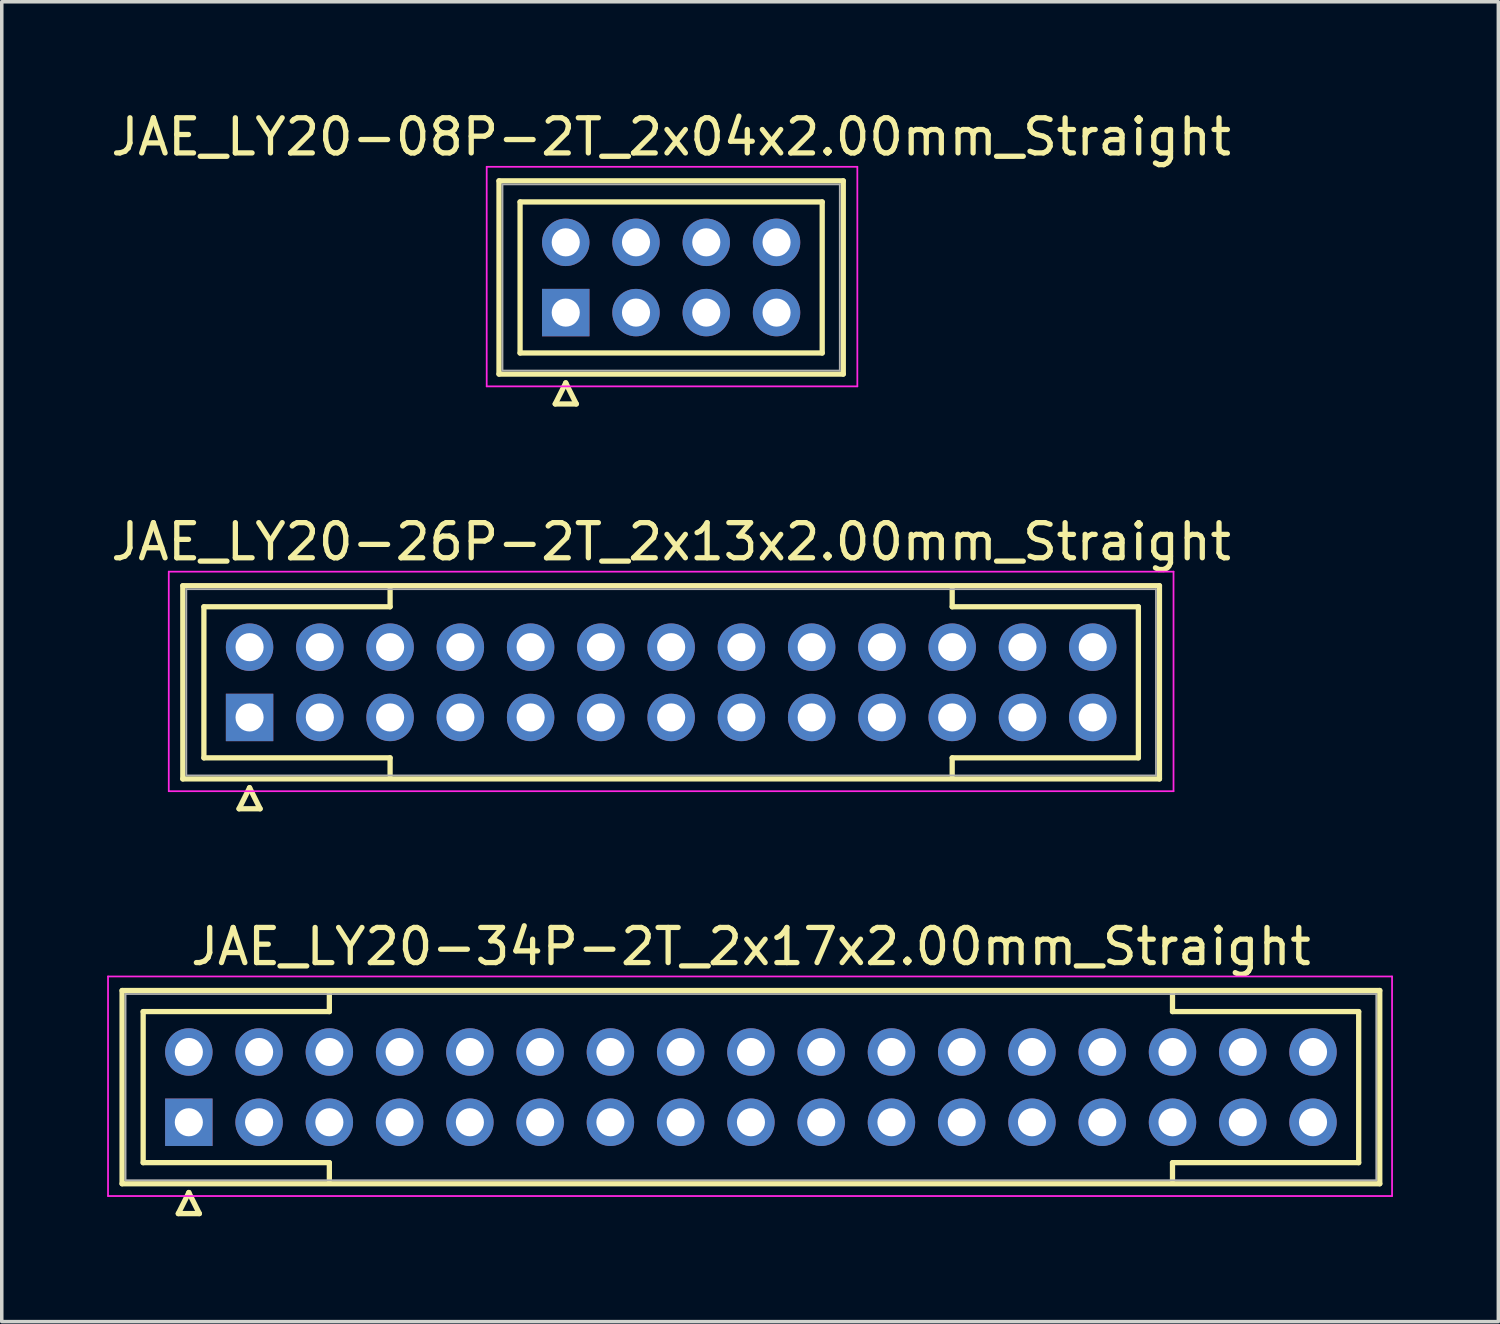
<source format=kicad_pcb>
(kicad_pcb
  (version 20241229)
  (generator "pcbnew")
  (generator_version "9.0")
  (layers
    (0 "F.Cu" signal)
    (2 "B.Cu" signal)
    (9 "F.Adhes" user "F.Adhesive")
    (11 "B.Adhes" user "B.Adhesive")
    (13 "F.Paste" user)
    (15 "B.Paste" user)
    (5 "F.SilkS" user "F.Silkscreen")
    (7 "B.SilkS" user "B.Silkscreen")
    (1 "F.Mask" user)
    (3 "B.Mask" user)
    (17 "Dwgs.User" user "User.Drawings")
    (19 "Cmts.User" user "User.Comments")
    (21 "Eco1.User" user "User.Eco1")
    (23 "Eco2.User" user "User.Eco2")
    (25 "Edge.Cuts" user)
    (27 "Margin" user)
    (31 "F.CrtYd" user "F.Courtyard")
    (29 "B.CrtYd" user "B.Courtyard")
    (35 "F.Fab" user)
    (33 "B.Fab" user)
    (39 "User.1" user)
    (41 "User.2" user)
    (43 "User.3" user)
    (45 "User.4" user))
  (footprint "JAE_LY20-08P-2T_2x04x2.00mm_Straight"
    (layer "F.Cu")
    (at 13.054 5.848)
    (property "Reference" "JAE_LY20-08P-2T_2x04x2.00mm_Straight" (at 3 -5 0) (layer "F.SilkS") (effects (font (size 1 1) (thickness 0.15))))
    (attr through_hole)
    (fp_line (start -1.9 -3.75) (end -1.9 1.75) (stroke (width 0.15) (type solid)) (layer "F.SilkS"))
    (fp_line (start -1.9 1.75) (end 7.9 1.75) (stroke (width 0.15) (type solid)) (layer "F.SilkS"))
    (fp_line (start -1.3 -3.15) (end -1.3 1.15) (stroke (width 0.15) (type solid)) (layer "F.SilkS"))
    (fp_line (start -1.3 1.15) (end 7.3 1.15) (stroke (width 0.15) (type solid)) (layer "F.SilkS"))
    (fp_line (start -0.3 2.6) (end 0.3 2.6) (stroke (width 0.15) (type solid)) (layer "F.SilkS"))
    (fp_line (start 0 2) (end -0.3 2.6) (stroke (width 0.15) (type solid)) (layer "F.SilkS"))
    (fp_line (start 0.3 2.6) (end 0 2) (stroke (width 0.15) (type solid)) (layer "F.SilkS"))
    (fp_line (start 7.3 -3.15) (end -1.3 -3.15) (stroke (width 0.15) (type solid)) (layer "F.SilkS"))
    (fp_line (start 7.3 1.15) (end 7.3 -3.15) (stroke (width 0.15) (type solid)) (layer "F.SilkS"))
    (fp_line (start 7.9 -3.75) (end -1.9 -3.75) (stroke (width 0.15) (type solid)) (layer "F.SilkS"))
    (fp_line (start 7.9 1.75) (end 7.9 -3.75) (stroke (width 0.15) (type solid)) (layer "F.SilkS"))
    (fp_line (start -2.25 -4.15) (end -2.25 2.1) (stroke (width 0.05) (type solid)) (layer "F.CrtYd"))
    (fp_line (start -2.25 2.1) (end 8.3 2.1) (stroke (width 0.05) (type solid)) (layer "F.CrtYd"))
    (fp_line (start 8.3 -4.15) (end -2.25 -4.15) (stroke (width 0.05) (type solid)) (layer "F.CrtYd"))
    (fp_line (start 8.3 2.1) (end 8.3 -4.15) (stroke (width 0.05) (type solid)) (layer "F.CrtYd"))
    (fp_line (start -1.8 -3.65) (end -1.8 1.65) (stroke (width 0.05) (type solid)) (layer "F.Fab"))
    (fp_line (start -1.8 1.65) (end 7.8 1.65) (stroke (width 0.05) (type solid)) (layer "F.Fab"))
    (fp_line (start 7.8 -3.65) (end -1.8 -3.65) (stroke (width 0.05) (type solid)) (layer "F.Fab"))
    (fp_line (start 7.8 1.65) (end 7.8 -3.65) (stroke (width 0.05) (type solid)) (layer "F.Fab"))
    (pad "1" thru_hole rect (at 0 0) (size 1.35 1.35) (drill 0.8) (layers "*.Cu" "*.Mask"))
    (pad "2" thru_hole circle (at 2 0) (size 1.35 1.35) (drill 0.8) (layers "*.Cu" "*.Mask"))
    (pad "3" thru_hole circle (at 4 0) (size 1.35 1.35) (drill 0.8) (layers "*.Cu" "*.Mask"))
    (pad "4" thru_hole circle (at 6 0) (size 1.35 1.35) (drill 0.8) (layers "*.Cu" "*.Mask"))
    (pad "5" thru_hole circle (at 0 -2) (size 1.35 1.35) (drill 0.8) (layers "*.Cu" "*.Mask"))
    (pad "6" thru_hole circle (at 2 -2) (size 1.35 1.35) (drill 0.8) (layers "*.Cu" "*.Mask"))
    (pad "7" thru_hole circle (at 4 -2) (size 1.35 1.35) (drill 0.8) (layers "*.Cu" "*.Mask"))
    (pad "8" thru_hole circle (at 6 -2) (size 1.35 1.35) (drill 0.8) (layers "*.Cu" "*.Mask")))
  (footprint "JAE_LY20-34P-2T_2x17x2.00mm_Straight"
    (layer "F.Cu")
    (at 2.325 28.895)
    (property "Reference" "JAE_LY20-34P-2T_2x17x2.00mm_Straight" (at 16 -5 0) (layer "F.SilkS") (effects (font (size 1 1) (thickness 0.15))))
    (attr through_hole)
    (fp_line (start -1.9 -3.75) (end -1.9 1.75) (stroke (width 0.15) (type solid)) (layer "F.SilkS"))
    (fp_line (start -1.9 1.75) (end 33.9 1.75) (stroke (width 0.15) (type solid)) (layer "F.SilkS"))
    (fp_line (start -1.3 -3.15) (end 4 -3.15) (stroke (width 0.15) (type solid)) (layer "F.SilkS"))
    (fp_line (start -1.3 1.15) (end -1.3 -3.15) (stroke (width 0.15) (type solid)) (layer "F.SilkS"))
    (fp_line (start -0.3 2.6) (end 0.3 2.6) (stroke (width 0.15) (type solid)) (layer "F.SilkS"))
    (fp_line (start 0 2) (end -0.3 2.6) (stroke (width 0.15) (type solid)) (layer "F.SilkS"))
    (fp_line (start 0.3 2.6) (end 0 2) (stroke (width 0.15) (type solid)) (layer "F.SilkS"))
    (fp_line (start 4 -3.15) (end 4 -3.65) (stroke (width 0.15) (type solid)) (layer "F.SilkS"))
    (fp_line (start 4 1.15) (end -1.3 1.15) (stroke (width 0.15) (type solid)) (layer "F.SilkS"))
    (fp_line (start 4 1.65) (end 4 1.15) (stroke (width 0.15) (type solid)) (layer "F.SilkS"))
    (fp_line (start 28 -3.15) (end 28 -3.65) (stroke (width 0.15) (type solid)) (layer "F.SilkS"))
    (fp_line (start 28 1.15) (end 33.3 1.15) (stroke (width 0.15) (type solid)) (layer "F.SilkS"))
    (fp_line (start 28 1.65) (end 28 1.15) (stroke (width 0.15) (type solid)) (layer "F.SilkS"))
    (fp_line (start 33.3 -3.15) (end 28 -3.15) (stroke (width 0.15) (type solid)) (layer "F.SilkS"))
    (fp_line (start 33.3 1.15) (end 33.3 -3.15) (stroke (width 0.15) (type solid)) (layer "F.SilkS"))
    (fp_line (start 33.9 -3.75) (end -1.9 -3.75) (stroke (width 0.15) (type solid)) (layer "F.SilkS"))
    (fp_line (start 33.9 1.75) (end 33.9 -3.75) (stroke (width 0.15) (type solid)) (layer "F.SilkS"))
    (fp_line (start -2.3 -4.15) (end -2.3 2.1) (stroke (width 0.05) (type solid)) (layer "F.CrtYd"))
    (fp_line (start -2.3 2.1) (end 34.25 2.1) (stroke (width 0.05) (type solid)) (layer "F.CrtYd"))
    (fp_line (start 34.25 -4.15) (end -2.3 -4.15) (stroke (width 0.05) (type solid)) (layer "F.CrtYd"))
    (fp_line (start 34.25 2.1) (end 34.25 -4.15) (stroke (width 0.05) (type solid)) (layer "F.CrtYd"))
    (fp_line (start -1.8 -3.65) (end -1.8 1.65) (stroke (width 0.05) (type solid)) (layer "F.Fab"))
    (fp_line (start -1.8 1.65) (end 33.8 1.65) (stroke (width 0.05) (type solid)) (layer "F.Fab"))
    (fp_line (start 33.8 -3.65) (end -1.8 -3.65) (stroke (width 0.05) (type solid)) (layer "F.Fab"))
    (fp_line (start 33.8 1.65) (end 33.8 -3.65) (stroke (width 0.05) (type solid)) (layer "F.Fab"))
    (pad "1" thru_hole rect (at 0 0) (size 1.35 1.35) (drill 0.8) (layers "*.Cu" "*.Mask"))
    (pad "2" thru_hole circle (at 2 0) (size 1.35 1.35) (drill 0.8) (layers "*.Cu" "*.Mask"))
    (pad "3" thru_hole circle (at 4 0) (size 1.35 1.35) (drill 0.8) (layers "*.Cu" "*.Mask"))
    (pad "4" thru_hole circle (at 6 0) (size 1.35 1.35) (drill 0.8) (layers "*.Cu" "*.Mask"))
    (pad "5" thru_hole circle (at 8 0) (size 1.35 1.35) (drill 0.8) (layers "*.Cu" "*.Mask"))
    (pad "6" thru_hole circle (at 10 0) (size 1.35 1.35) (drill 0.8) (layers "*.Cu" "*.Mask"))
    (pad "7" thru_hole circle (at 12 0) (size 1.35 1.35) (drill 0.8) (layers "*.Cu" "*.Mask"))
    (pad "8" thru_hole circle (at 14 0) (size 1.35 1.35) (drill 0.8) (layers "*.Cu" "*.Mask"))
    (pad "9" thru_hole circle (at 16 0) (size 1.35 1.35) (drill 0.8) (layers "*.Cu" "*.Mask"))
    (pad "10" thru_hole circle (at 18 0) (size 1.35 1.35) (drill 0.8) (layers "*.Cu" "*.Mask"))
    (pad "11" thru_hole circle (at 20 0) (size 1.35 1.35) (drill 0.8) (layers "*.Cu" "*.Mask"))
    (pad "12" thru_hole circle (at 22 0) (size 1.35 1.35) (drill 0.8) (layers "*.Cu" "*.Mask"))
    (pad "13" thru_hole circle (at 24 0) (size 1.35 1.35) (drill 0.8) (layers "*.Cu" "*.Mask"))
    (pad "14" thru_hole circle (at 26 0) (size 1.35 1.35) (drill 0.8) (layers "*.Cu" "*.Mask"))
    (pad "15" thru_hole circle (at 28 0) (size 1.35 1.35) (drill 0.8) (layers "*.Cu" "*.Mask"))
    (pad "16" thru_hole circle (at 30 0) (size 1.35 1.35) (drill 0.8) (layers "*.Cu" "*.Mask"))
    (pad "17" thru_hole circle (at 32 0) (size 1.35 1.35) (drill 0.8) (layers "*.Cu" "*.Mask"))
    (pad "18" thru_hole circle (at 0 -2) (size 1.35 1.35) (drill 0.8) (layers "*.Cu" "*.Mask"))
    (pad "19" thru_hole circle (at 2 -2) (size 1.35 1.35) (drill 0.8) (layers "*.Cu" "*.Mask"))
    (pad "20" thru_hole circle (at 4 -2) (size 1.35 1.35) (drill 0.8) (layers "*.Cu" "*.Mask"))
    (pad "21" thru_hole circle (at 6 -2) (size 1.35 1.35) (drill 0.8) (layers "*.Cu" "*.Mask"))
    (pad "22" thru_hole circle (at 8 -2) (size 1.35 1.35) (drill 0.8) (layers "*.Cu" "*.Mask"))
    (pad "23" thru_hole circle (at 10 -2) (size 1.35 1.35) (drill 0.8) (layers "*.Cu" "*.Mask"))
    (pad "24" thru_hole circle (at 12 -2) (size 1.35 1.35) (drill 0.8) (layers "*.Cu" "*.Mask"))
    (pad "25" thru_hole circle (at 14 -2) (size 1.35 1.35) (drill 0.8) (layers "*.Cu" "*.Mask"))
    (pad "26" thru_hole circle (at 16 -2) (size 1.35 1.35) (drill 0.8) (layers "*.Cu" "*.Mask"))
    (pad "27" thru_hole circle (at 18 -2) (size 1.35 1.35) (drill 0.8) (layers "*.Cu" "*.Mask"))
    (pad "28" thru_hole circle (at 20 -2) (size 1.35 1.35) (drill 0.8) (layers "*.Cu" "*.Mask"))
    (pad "29" thru_hole circle (at 22 -2) (size 1.35 1.35) (drill 0.8) (layers "*.Cu" "*.Mask"))
    (pad "30" thru_hole circle (at 24 -2) (size 1.35 1.35) (drill 0.8) (layers "*.Cu" "*.Mask"))
    (pad "31" thru_hole circle (at 26 -2) (size 1.35 1.35) (drill 0.8) (layers "*.Cu" "*.Mask"))
    (pad "32" thru_hole circle (at 28 -2) (size 1.35 1.35) (drill 0.8) (layers "*.Cu" "*.Mask"))
    (pad "33" thru_hole circle (at 30 -2) (size 1.35 1.35) (drill 0.8) (layers "*.Cu" "*.Mask"))
    (pad "34" thru_hole circle (at 32 -2) (size 1.35 1.35) (drill 0.8) (layers "*.Cu" "*.Mask")))
  (footprint "JAE_LY20-26P-2T_2x13x2.00mm_Straight"
    (layer "F.Cu")
    (at 4.054 17.372)
    (property "Reference" "JAE_LY20-26P-2T_2x13x2.00mm_Straight" (at 12 -5 0) (layer "F.SilkS") (effects (font (size 1 1) (thickness 0.15))))
    (attr through_hole)
    (fp_line (start -1.9 -3.75) (end -1.9 1.75) (stroke (width 0.15) (type solid)) (layer "F.SilkS"))
    (fp_line (start -1.9 1.75) (end 25.9 1.75) (stroke (width 0.15) (type solid)) (layer "F.SilkS"))
    (fp_line (start -1.3 -3.15) (end 4 -3.15) (stroke (width 0.15) (type solid)) (layer "F.SilkS"))
    (fp_line (start -1.3 1.15) (end -1.3 -3.15) (stroke (width 0.15) (type solid)) (layer "F.SilkS"))
    (fp_line (start -0.3 2.6) (end 0.3 2.6) (stroke (width 0.15) (type solid)) (layer "F.SilkS"))
    (fp_line (start 0 2) (end -0.3 2.6) (stroke (width 0.15) (type solid)) (layer "F.SilkS"))
    (fp_line (start 0.3 2.6) (end 0 2) (stroke (width 0.15) (type solid)) (layer "F.SilkS"))
    (fp_line (start 4 -3.15) (end 4 -3.65) (stroke (width 0.15) (type solid)) (layer "F.SilkS"))
    (fp_line (start 4 1.15) (end -1.3 1.15) (stroke (width 0.15) (type solid)) (layer "F.SilkS"))
    (fp_line (start 4 1.65) (end 4 1.15) (stroke (width 0.15) (type solid)) (layer "F.SilkS"))
    (fp_line (start 20 -3.15) (end 20 -3.65) (stroke (width 0.15) (type solid)) (layer "F.SilkS"))
    (fp_line (start 20 1.15) (end 25.3 1.15) (stroke (width 0.15) (type solid)) (layer "F.SilkS"))
    (fp_line (start 20 1.65) (end 20 1.15) (stroke (width 0.15) (type solid)) (layer "F.SilkS"))
    (fp_line (start 25.3 -3.15) (end 20 -3.15) (stroke (width 0.15) (type solid)) (layer "F.SilkS"))
    (fp_line (start 25.3 1.15) (end 25.3 -3.15) (stroke (width 0.15) (type solid)) (layer "F.SilkS"))
    (fp_line (start 25.9 -3.75) (end -1.9 -3.75) (stroke (width 0.15) (type solid)) (layer "F.SilkS"))
    (fp_line (start 25.9 1.75) (end 25.9 -3.75) (stroke (width 0.15) (type solid)) (layer "F.SilkS"))
    (fp_line (start -2.3 -4.15) (end -2.3 2.1) (stroke (width 0.05) (type solid)) (layer "F.CrtYd"))
    (fp_line (start -2.3 2.1) (end 26.3 2.1) (stroke (width 0.05) (type solid)) (layer "F.CrtYd"))
    (fp_line (start 26.3 -4.15) (end -2.3 -4.15) (stroke (width 0.05) (type solid)) (layer "F.CrtYd"))
    (fp_line (start 26.3 2.1) (end 26.3 -4.15) (stroke (width 0.05) (type solid)) (layer "F.CrtYd"))
    (fp_line (start -1.8 -3.65) (end -1.8 1.65) (stroke (width 0.05) (type solid)) (layer "F.Fab"))
    (fp_line (start -1.8 1.65) (end 25.8 1.65) (stroke (width 0.05) (type solid)) (layer "F.Fab"))
    (fp_line (start 25.8 -3.65) (end -1.8 -3.65) (stroke (width 0.05) (type solid)) (layer "F.Fab"))
    (fp_line (start 25.8 1.65) (end 25.8 -3.65) (stroke (width 0.05) (type solid)) (layer "F.Fab"))
    (pad "1" thru_hole rect (at 0 0) (size 1.35 1.35) (drill 0.8) (layers "*.Cu" "*.Mask"))
    (pad "2" thru_hole circle (at 2 0) (size 1.35 1.35) (drill 0.8) (layers "*.Cu" "*.Mask"))
    (pad "3" thru_hole circle (at 4 0) (size 1.35 1.35) (drill 0.8) (layers "*.Cu" "*.Mask"))
    (pad "4" thru_hole circle (at 6 0) (size 1.35 1.35) (drill 0.8) (layers "*.Cu" "*.Mask"))
    (pad "5" thru_hole circle (at 8 0) (size 1.35 1.35) (drill 0.8) (layers "*.Cu" "*.Mask"))
    (pad "6" thru_hole circle (at 10 0) (size 1.35 1.35) (drill 0.8) (layers "*.Cu" "*.Mask"))
    (pad "7" thru_hole circle (at 12 0) (size 1.35 1.35) (drill 0.8) (layers "*.Cu" "*.Mask"))
    (pad "8" thru_hole circle (at 14 0) (size 1.35 1.35) (drill 0.8) (layers "*.Cu" "*.Mask"))
    (pad "9" thru_hole circle (at 16 0) (size 1.35 1.35) (drill 0.8) (layers "*.Cu" "*.Mask"))
    (pad "10" thru_hole circle (at 18 0) (size 1.35 1.35) (drill 0.8) (layers "*.Cu" "*.Mask"))
    (pad "11" thru_hole circle (at 20 0) (size 1.35 1.35) (drill 0.8) (layers "*.Cu" "*.Mask"))
    (pad "12" thru_hole circle (at 22 0) (size 1.35 1.35) (drill 0.8) (layers "*.Cu" "*.Mask"))
    (pad "13" thru_hole circle (at 24 0) (size 1.35 1.35) (drill 0.8) (layers "*.Cu" "*.Mask"))
    (pad "14" thru_hole circle (at 0 -2) (size 1.35 1.35) (drill 0.8) (layers "*.Cu" "*.Mask"))
    (pad "15" thru_hole circle (at 2 -2) (size 1.35 1.35) (drill 0.8) (layers "*.Cu" "*.Mask"))
    (pad "16" thru_hole circle (at 4 -2) (size 1.35 1.35) (drill 0.8) (layers "*.Cu" "*.Mask"))
    (pad "17" thru_hole circle (at 6 -2) (size 1.35 1.35) (drill 0.8) (layers "*.Cu" "*.Mask"))
    (pad "18" thru_hole circle (at 8 -2) (size 1.35 1.35) (drill 0.8) (layers "*.Cu" "*.Mask"))
    (pad "19" thru_hole circle (at 10 -2) (size 1.35 1.35) (drill 0.8) (layers "*.Cu" "*.Mask"))
    (pad "20" thru_hole circle (at 12 -2) (size 1.35 1.35) (drill 0.8) (layers "*.Cu" "*.Mask"))
    (pad "21" thru_hole circle (at 14 -2) (size 1.35 1.35) (drill 0.8) (layers "*.Cu" "*.Mask"))
    (pad "22" thru_hole circle (at 16 -2) (size 1.35 1.35) (drill 0.8) (layers "*.Cu" "*.Mask"))
    (pad "23" thru_hole circle (at 18 -2) (size 1.35 1.35) (drill 0.8) (layers "*.Cu" "*.Mask"))
    (pad "24" thru_hole circle (at 20 -2) (size 1.35 1.35) (drill 0.8) (layers "*.Cu" "*.Mask"))
    (pad "25" thru_hole circle (at 22 -2) (size 1.35 1.35) (drill 0.8) (layers "*.Cu" "*.Mask"))
    (pad "26" thru_hole circle (at 24 -2) (size 1.35 1.35) (drill 0.8) (layers "*.Cu" "*.Mask")))
  (gr_rect
    (start -3 -3)
    (end 39.6 34.57)
    (stroke (width 0.1) (type default))
    (fill no)
    (layer "Edge.Cuts")))
</source>
